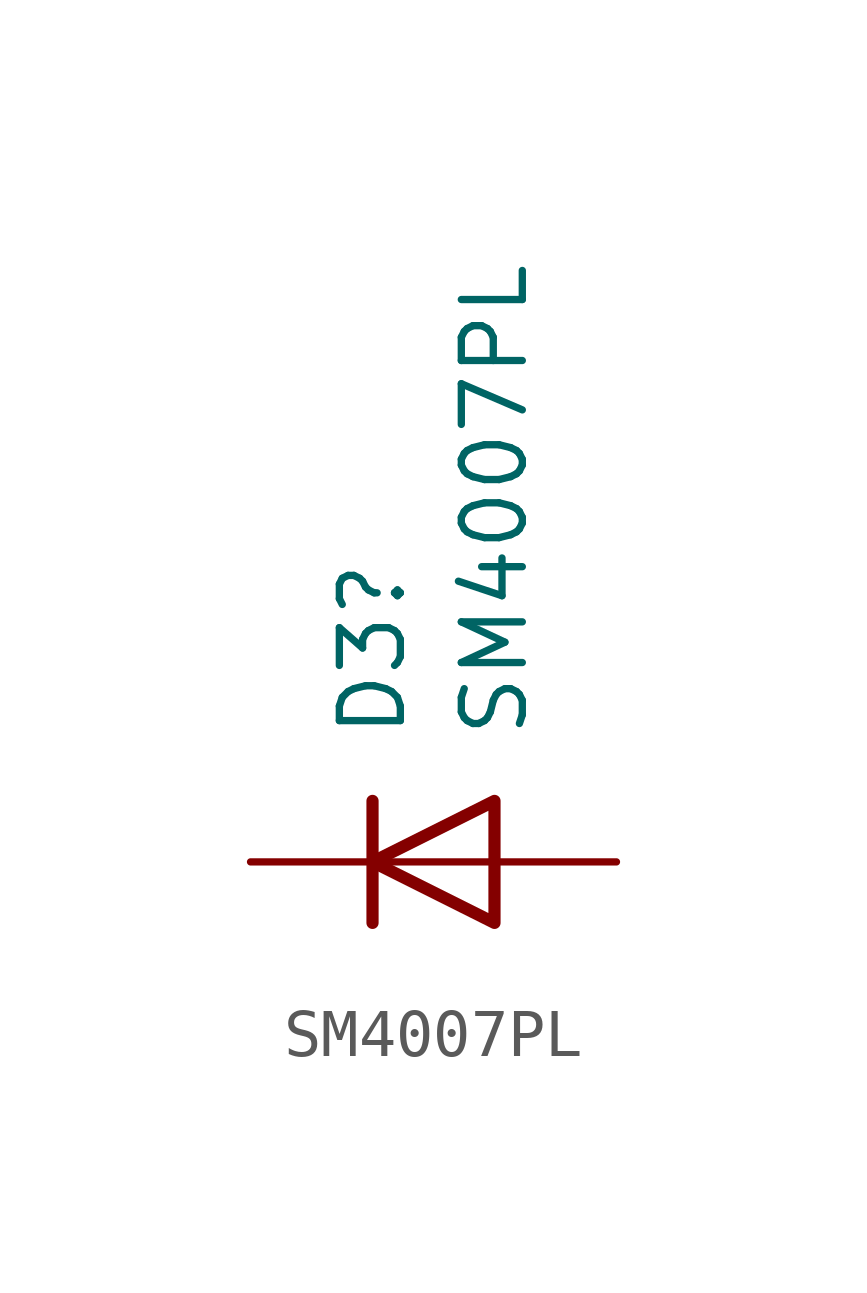
<source format=kicad_sym>
(kicad_symbol_lib
  (version 20241209)
  (generator "kicad_symbol_editor")
  (generator_version "9.0")
  (symbol "SM4007PL"
    (pin_numbers
      (hide yes))
    (pin_names
      (hide yes))
    (property "Reference" "D3"
      (at -1.27 2.54 90)
      (effects (font (size 1.27 1.27)) (justify left)))
    (property "Value" "SM4007PL"
      (at 1.27 2.54 90)
      (effects (font (size 1.27 1.27)) (justify left)))
    (symbol "SM4007PL_0_1"
      (polyline (pts (xy -1.27 1.27) (xy -1.27 -1.27)) (stroke (width 0.254) (type default)) (fill (type none)))
      (polyline (pts (xy 1.27 1.27) (xy 1.27 -1.27) (xy -1.27 0) (xy 1.27 1.27)) (stroke (width 0.254) (type default)) (fill (type none)))
      (polyline (pts (xy 1.27 0) (xy -1.27 0)) (stroke (width 0) (type default)) (fill (type none))))
    (symbol "SM4007PL_1_1"
      (pin passive line (at -3.81 0 0) (length 2.54) (name "K" (effects (font (size 1.27 1.27)))) (number "1" (effects (font (size 1.27 1.27)))))
      (pin passive line (at 3.81 0 180) (length 2.54) (name "A" (effects (font (size 1.27 1.27)))) (number "2" (effects (font (size 1.27 1.27))))))))
</source>
